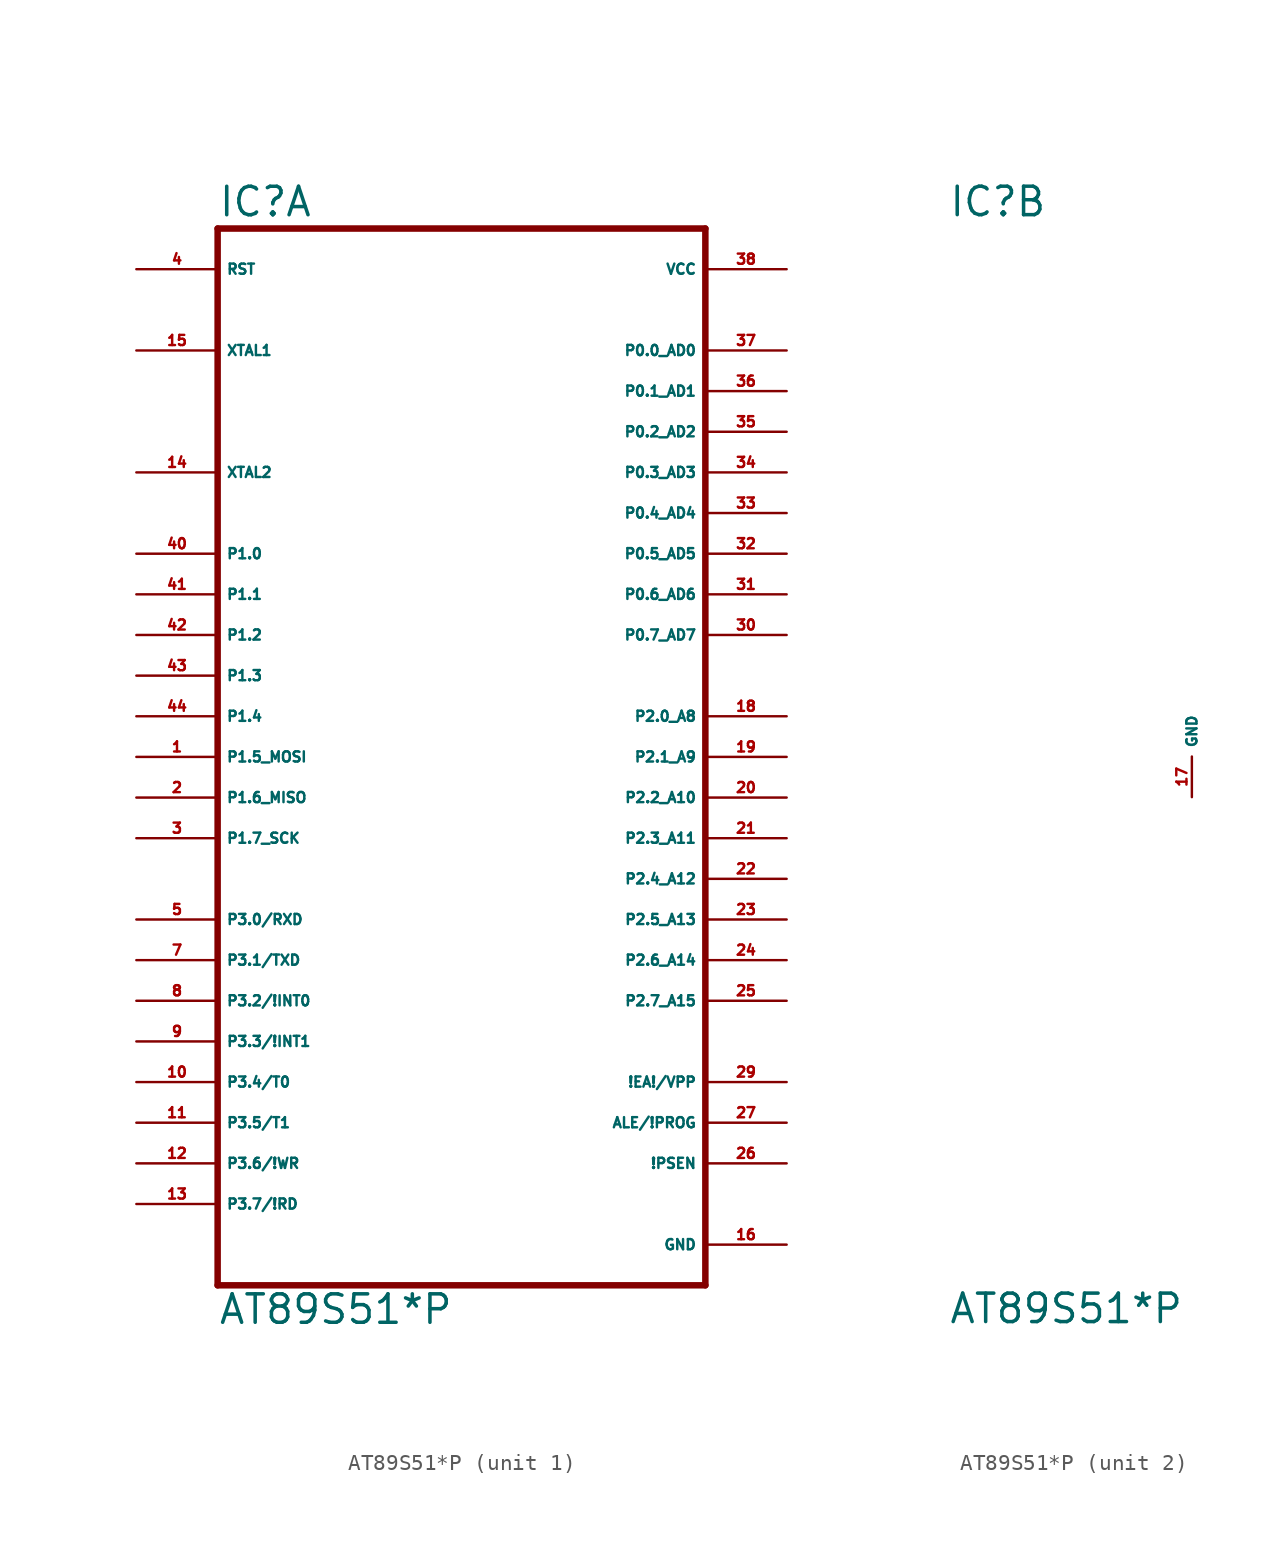
<source format=kicad_sym>
(kicad_symbol_lib
  (version 20220914)
  (generator Eagle2Kicad)
  (symbol "AT89S51*P"
    (property "Reference" "IC"
      (at -15.24 33.655 0)
      (effects (font (size 1.778 1.778) (thickness 0.22)) (justify left bottom)))
    (property "Value" "AT89S51*P"
      (at -15.24 -35.56 0)
      (effects (font (size 1.778 1.778) (thickness 0.22)) (justify left bottom)))
    (symbol "AT89S51*P_1_0"
      (polyline (pts (xy -15.24 -33.02) (xy 15.24 -33.02)) (stroke (width 0.406) (type default)) (fill (type none)))
      (polyline (pts (xy 15.24 -33.02) (xy 15.24 33.02)) (stroke (width 0.406) (type default)) (fill (type none)))
      (polyline (pts (xy 15.24 33.02) (xy -15.24 33.02)) (stroke (width 0.406) (type default)) (fill (type none)))
      (polyline (pts (xy -15.24 33.02) (xy -15.24 -33.02)) (stroke (width 0.406) (type default)) (fill (type none)))
      (pin input line (at 20.32 -20.32 180) (length 5.08) (name "!EA!/VPP" (effects (font (size 0.635 0.635) (thickness 0.08)) (justify left bottom))) (number "29" (effects (font (size 0.635 0.635) (thickness 0.08)) (justify left bottom))))
      (pin bidirectional line (at 20.32 25.4 180) (length 5.08) (name "P0.0_AD0" (effects (font (size 0.635 0.635) (thickness 0.08)) (justify left bottom))) (number "37" (effects (font (size 0.635 0.635) (thickness 0.08)) (justify left bottom))))
      (pin bidirectional line (at 20.32 22.86 180) (length 5.08) (name "P0.1_AD1" (effects (font (size 0.635 0.635) (thickness 0.08)) (justify left bottom))) (number "36" (effects (font (size 0.635 0.635) (thickness 0.08)) (justify left bottom))))
      (pin bidirectional line (at 20.32 20.32 180) (length 5.08) (name "P0.2_AD2" (effects (font (size 0.635 0.635) (thickness 0.08)) (justify left bottom))) (number "35" (effects (font (size 0.635 0.635) (thickness 0.08)) (justify left bottom))))
      (pin bidirectional line (at 20.32 17.78 180) (length 5.08) (name "P0.3_AD3" (effects (font (size 0.635 0.635) (thickness 0.08)) (justify left bottom))) (number "34" (effects (font (size 0.635 0.635) (thickness 0.08)) (justify left bottom))))
      (pin bidirectional line (at 20.32 15.24 180) (length 5.08) (name "P0.4_AD4" (effects (font (size 0.635 0.635) (thickness 0.08)) (justify left bottom))) (number "33" (effects (font (size 0.635 0.635) (thickness 0.08)) (justify left bottom))))
      (pin bidirectional line (at 20.32 12.7 180) (length 5.08) (name "P0.5_AD5" (effects (font (size 0.635 0.635) (thickness 0.08)) (justify left bottom))) (number "32" (effects (font (size 0.635 0.635) (thickness 0.08)) (justify left bottom))))
      (pin bidirectional line (at 20.32 10.16 180) (length 5.08) (name "P0.6_AD6" (effects (font (size 0.635 0.635) (thickness 0.08)) (justify left bottom))) (number "31" (effects (font (size 0.635 0.635) (thickness 0.08)) (justify left bottom))))
      (pin bidirectional line (at 20.32 7.62 180) (length 5.08) (name "P0.7_AD7" (effects (font (size 0.635 0.635) (thickness 0.08)) (justify left bottom))) (number "30" (effects (font (size 0.635 0.635) (thickness 0.08)) (justify left bottom))))
      (pin input line (at -20.32 25.4 0) (length 5.08) (name "XTAL1" (effects (font (size 0.635 0.635) (thickness 0.08)) (justify left bottom))) (number "15" (effects (font (size 0.635 0.635) (thickness 0.08)) (justify left bottom))))
      (pin input line (at -20.32 17.78 0) (length 5.08) (name "XTAL2" (effects (font (size 0.635 0.635) (thickness 0.08)) (justify left bottom))) (number "14" (effects (font (size 0.635 0.635) (thickness 0.08)) (justify left bottom))))
      (pin input line (at -20.32 30.48 0) (length 5.08) (name "RST" (effects (font (size 0.635 0.635) (thickness 0.08)) (justify left bottom))) (number "4" (effects (font (size 0.635 0.635) (thickness 0.08)) (justify left bottom))))
      (pin output line (at 20.32 -22.86 180) (length 5.08) (name "ALE/!PROG" (effects (font (size 0.635 0.635) (thickness 0.08)) (justify left bottom))) (number "27" (effects (font (size 0.635 0.635) (thickness 0.08)) (justify left bottom))))
      (pin output line (at 20.32 -25.4 180) (length 5.08) (name "!PSEN" (effects (font (size 0.635 0.635) (thickness 0.08)) (justify left bottom))) (number "26" (effects (font (size 0.635 0.635) (thickness 0.08)) (justify left bottom))))
      (pin bidirectional line (at 20.32 2.54 180) (length 5.08) (name "P2.0_A8" (effects (font (size 0.635 0.635) (thickness 0.08)) (justify left bottom))) (number "18" (effects (font (size 0.635 0.635) (thickness 0.08)) (justify left bottom))))
      (pin bidirectional line (at 20.32 0 180) (length 5.08) (name "P2.1_A9" (effects (font (size 0.635 0.635) (thickness 0.08)) (justify left bottom))) (number "19" (effects (font (size 0.635 0.635) (thickness 0.08)) (justify left bottom))))
      (pin bidirectional line (at 20.32 -2.54 180) (length 5.08) (name "P2.2_A10" (effects (font (size 0.635 0.635) (thickness 0.08)) (justify left bottom))) (number "20" (effects (font (size 0.635 0.635) (thickness 0.08)) (justify left bottom))))
      (pin bidirectional line (at 20.32 -5.08 180) (length 5.08) (name "P2.3_A11" (effects (font (size 0.635 0.635) (thickness 0.08)) (justify left bottom))) (number "21" (effects (font (size 0.635 0.635) (thickness 0.08)) (justify left bottom))))
      (pin bidirectional line (at 20.32 -7.62 180) (length 5.08) (name "P2.4_A12" (effects (font (size 0.635 0.635) (thickness 0.08)) (justify left bottom))) (number "22" (effects (font (size 0.635 0.635) (thickness 0.08)) (justify left bottom))))
      (pin bidirectional line (at 20.32 -10.16 180) (length 5.08) (name "P2.5_A13" (effects (font (size 0.635 0.635) (thickness 0.08)) (justify left bottom))) (number "23" (effects (font (size 0.635 0.635) (thickness 0.08)) (justify left bottom))))
      (pin bidirectional line (at 20.32 -12.7 180) (length 5.08) (name "P2.6_A14" (effects (font (size 0.635 0.635) (thickness 0.08)) (justify left bottom))) (number "24" (effects (font (size 0.635 0.635) (thickness 0.08)) (justify left bottom))))
      (pin bidirectional line (at 20.32 -15.24 180) (length 5.08) (name "P2.7_A15" (effects (font (size 0.635 0.635) (thickness 0.08)) (justify left bottom))) (number "25" (effects (font (size 0.635 0.635) (thickness 0.08)) (justify left bottom))))
      (pin bidirectional line (at -20.32 12.7 0) (length 5.08) (name "P1.0" (effects (font (size 0.635 0.635) (thickness 0.08)) (justify left bottom))) (number "40" (effects (font (size 0.635 0.635) (thickness 0.08)) (justify left bottom))))
      (pin bidirectional line (at -20.32 10.16 0) (length 5.08) (name "P1.1" (effects (font (size 0.635 0.635) (thickness 0.08)) (justify left bottom))) (number "41" (effects (font (size 0.635 0.635) (thickness 0.08)) (justify left bottom))))
      (pin bidirectional line (at -20.32 7.62 0) (length 5.08) (name "P1.2" (effects (font (size 0.635 0.635) (thickness 0.08)) (justify left bottom))) (number "42" (effects (font (size 0.635 0.635) (thickness 0.08)) (justify left bottom))))
      (pin bidirectional line (at -20.32 5.08 0) (length 5.08) (name "P1.3" (effects (font (size 0.635 0.635) (thickness 0.08)) (justify left bottom))) (number "43" (effects (font (size 0.635 0.635) (thickness 0.08)) (justify left bottom))))
      (pin bidirectional line (at -20.32 2.54 0) (length 5.08) (name "P1.4" (effects (font (size 0.635 0.635) (thickness 0.08)) (justify left bottom))) (number "44" (effects (font (size 0.635 0.635) (thickness 0.08)) (justify left bottom))))
      (pin bidirectional line (at -20.32 0 0) (length 5.08) (name "P1.5_MOSI" (effects (font (size 0.635 0.635) (thickness 0.08)) (justify left bottom))) (number "1" (effects (font (size 0.635 0.635) (thickness 0.08)) (justify left bottom))))
      (pin bidirectional line (at -20.32 -2.54 0) (length 5.08) (name "P1.6_MISO" (effects (font (size 0.635 0.635) (thickness 0.08)) (justify left bottom))) (number "2" (effects (font (size 0.635 0.635) (thickness 0.08)) (justify left bottom))))
      (pin bidirectional line (at -20.32 -5.08 0) (length 5.08) (name "P1.7_SCK" (effects (font (size 0.635 0.635) (thickness 0.08)) (justify left bottom))) (number "3" (effects (font (size 0.635 0.635) (thickness 0.08)) (justify left bottom))))
      (pin bidirectional line (at -20.32 -10.16 0) (length 5.08) (name "P3.0/RXD" (effects (font (size 0.635 0.635) (thickness 0.08)) (justify left bottom))) (number "5" (effects (font (size 0.635 0.635) (thickness 0.08)) (justify left bottom))))
      (pin bidirectional line (at -20.32 -12.7 0) (length 5.08) (name "P3.1/TXD" (effects (font (size 0.635 0.635) (thickness 0.08)) (justify left bottom))) (number "7" (effects (font (size 0.635 0.635) (thickness 0.08)) (justify left bottom))))
      (pin bidirectional line (at -20.32 -15.24 0) (length 5.08) (name "P3.2/!INT0" (effects (font (size 0.635 0.635) (thickness 0.08)) (justify left bottom))) (number "8" (effects (font (size 0.635 0.635) (thickness 0.08)) (justify left bottom))))
      (pin bidirectional line (at -20.32 -17.78 0) (length 5.08) (name "P3.3/!INT1" (effects (font (size 0.635 0.635) (thickness 0.08)) (justify left bottom))) (number "9" (effects (font (size 0.635 0.635) (thickness 0.08)) (justify left bottom))))
      (pin bidirectional line (at -20.32 -20.32 0) (length 5.08) (name "P3.4/T0" (effects (font (size 0.635 0.635) (thickness 0.08)) (justify left bottom))) (number "10" (effects (font (size 0.635 0.635) (thickness 0.08)) (justify left bottom))))
      (pin bidirectional line (at -20.32 -22.86 0) (length 5.08) (name "P3.5/T1" (effects (font (size 0.635 0.635) (thickness 0.08)) (justify left bottom))) (number "11" (effects (font (size 0.635 0.635) (thickness 0.08)) (justify left bottom))))
      (pin bidirectional line (at -20.32 -25.4 0) (length 5.08) (name "P3.6/!WR" (effects (font (size 0.635 0.635) (thickness 0.08)) (justify left bottom))) (number "12" (effects (font (size 0.635 0.635) (thickness 0.08)) (justify left bottom))))
      (pin bidirectional line (at -20.32 -27.94 0) (length 5.08) (name "P3.7/!RD" (effects (font (size 0.635 0.635) (thickness 0.08)) (justify left bottom))) (number "13" (effects (font (size 0.635 0.635) (thickness 0.08)) (justify left bottom))))
      (pin unspecified line (at 20.32 30.48 180) (length 5.08) (name "VCC" (effects (font (size 0.635 0.635) (thickness 0.08)) (justify left bottom))) (number "38" (effects (font (size 0.635 0.635) (thickness 0.08)) (justify left bottom))))
      (pin unspecified line (at 20.32 -30.48 180) (length 5.08) (name "GND" (effects (font (size 0.635 0.635) (thickness 0.08)) (justify left bottom))) (number "16" (effects (font (size 0.635 0.635) (thickness 0.08)) (justify left bottom)))))
    (symbol "AT89S51*P_2_0"
      (pin unspecified line (at 0 -2.54 90) (length 2.54) (name "GND" (effects (font (size 0.635 0.635) (thickness 0.08)) (justify left bottom))) (number "17" (effects (font (size 0.635 0.635) (thickness 0.08)) (justify left bottom)))))))
</source>
